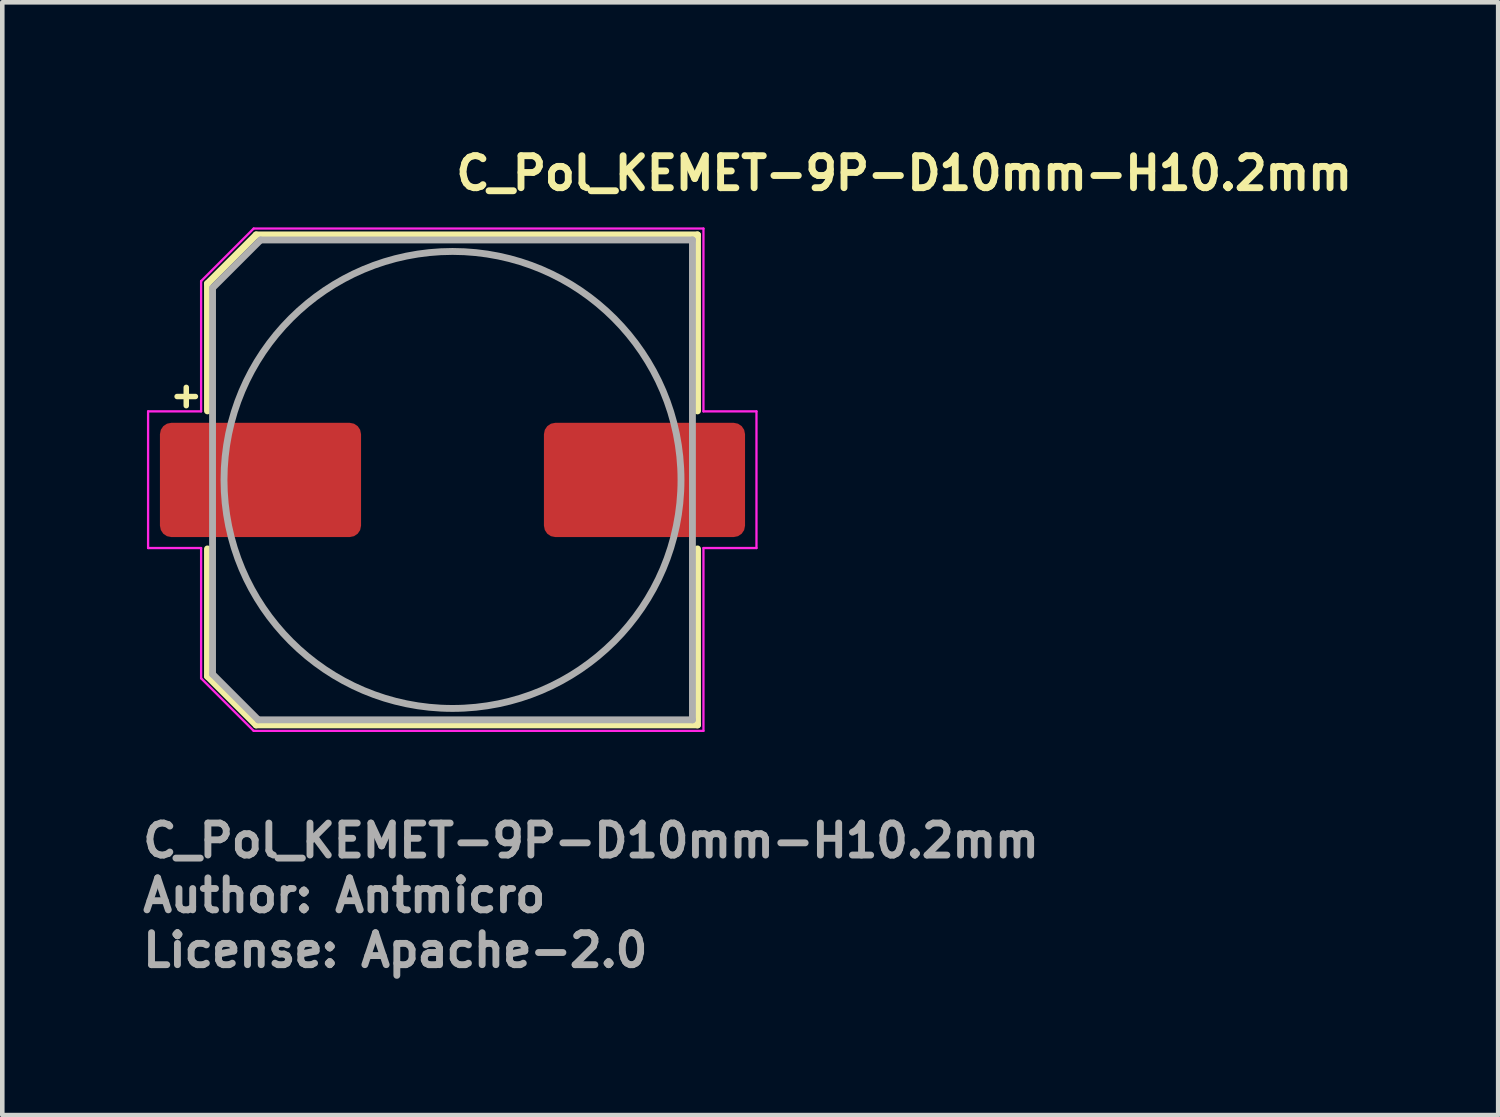
<source format=kicad_pcb>
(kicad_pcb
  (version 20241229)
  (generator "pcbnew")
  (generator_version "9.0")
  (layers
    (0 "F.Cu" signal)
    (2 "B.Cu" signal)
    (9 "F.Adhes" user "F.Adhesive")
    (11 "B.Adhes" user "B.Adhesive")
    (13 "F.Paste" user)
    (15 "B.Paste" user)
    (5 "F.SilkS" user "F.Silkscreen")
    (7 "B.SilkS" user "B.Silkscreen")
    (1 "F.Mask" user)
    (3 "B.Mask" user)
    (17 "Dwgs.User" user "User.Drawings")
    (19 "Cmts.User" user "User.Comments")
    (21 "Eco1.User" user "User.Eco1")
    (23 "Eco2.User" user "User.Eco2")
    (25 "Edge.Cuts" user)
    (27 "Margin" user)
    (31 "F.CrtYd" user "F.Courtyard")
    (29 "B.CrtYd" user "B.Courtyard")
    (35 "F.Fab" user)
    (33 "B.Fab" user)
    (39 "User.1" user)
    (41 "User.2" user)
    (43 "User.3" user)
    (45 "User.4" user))
  (footprint "C_Pol_KEMET-9P-D10mm-H10.2mm"
    (layer "F.Cu")
    (at 6.85 7.45)
    (property "Reference" "C_Pol_KEMET-9P-D10mm-H10.2mm" (at 0 -6.3 0) (layer "F.SilkS") (effects (font (size 0.7 0.7) (thickness 0.15)) (justify left bottom)))
    (attr smd)
    (fp_line (start -6.025 -1.825) (end -5.625 -1.825) (stroke (width 0.12) (type solid)) (layer "F.SilkS"))
    (fp_line (start -5.825 -2.025) (end -5.825 -1.625) (stroke (width 0.12) (type solid)) (layer "F.SilkS"))
    (fp_line (start -5.361 -4.296) (end -5.361 -1.51) (stroke (width 0.15) (type solid)) (layer "F.SilkS"))
    (fp_line (start -5.361 -4.296) (end -4.296 -5.361) (stroke (width 0.15) (type solid)) (layer "F.SilkS"))
    (fp_line (start -5.361 4.295) (end -5.361 1.509) (stroke (width 0.15) (type solid)) (layer "F.SilkS"))
    (fp_line (start -5.361 4.295) (end -4.296 5.36) (stroke (width 0.15) (type solid)) (layer "F.SilkS"))
    (fp_line (start -4.296 -5.361) (end 5.36 -5.361) (stroke (width 0.15) (type solid)) (layer "F.SilkS"))
    (fp_line (start -4.296 5.36) (end 5.36 5.36) (stroke (width 0.15) (type solid)) (layer "F.SilkS"))
    (fp_line (start 5.36 -5.361) (end 5.36 -1.51) (stroke (width 0.15) (type solid)) (layer "F.SilkS"))
    (fp_line (start 5.36 5.36) (end 5.36 1.509) (stroke (width 0.15) (type solid)) (layer "F.SilkS"))
    (fp_line (start -6.66 -1.5) (end -6.66 1.49) (stroke (width 0.05) (type solid)) (layer "F.CrtYd"))
    (fp_line (start -6.66 1.49) (end -5.5 1.49) (stroke (width 0.05) (type solid)) (layer "F.CrtYd"))
    (fp_line (start -5.5 -4.35) (end -5.5 -1.5) (stroke (width 0.05) (type solid)) (layer "F.CrtYd"))
    (fp_line (start -5.5 -4.35) (end -4.35 -5.5) (stroke (width 0.05) (type solid)) (layer "F.CrtYd"))
    (fp_line (start -5.5 -1.5) (end -6.66 -1.5) (stroke (width 0.05) (type solid)) (layer "F.CrtYd"))
    (fp_line (start -5.5 1.49) (end -5.5 4.34) (stroke (width 0.05) (type solid)) (layer "F.CrtYd"))
    (fp_line (start -5.5 4.34) (end -4.35 5.49) (stroke (width 0.05) (type solid)) (layer "F.CrtYd"))
    (fp_line (start -4.35 -5.5) (end 5.49 -5.5) (stroke (width 0.05) (type solid)) (layer "F.CrtYd"))
    (fp_line (start -4.35 5.49) (end 5.49 5.49) (stroke (width 0.05) (type solid)) (layer "F.CrtYd"))
    (fp_line (start 5.49 -5.5) (end 5.49 -1.5) (stroke (width 0.05) (type solid)) (layer "F.CrtYd"))
    (fp_line (start 5.49 -1.5) (end 6.65 -1.5) (stroke (width 0.05) (type solid)) (layer "F.CrtYd"))
    (fp_line (start 5.49 1.49) (end 5.49 5.49) (stroke (width 0.05) (type solid)) (layer "F.CrtYd"))
    (fp_line (start 6.65 -1.5) (end 6.65 1.49) (stroke (width 0.05) (type solid)) (layer "F.CrtYd"))
    (fp_line (start 6.65 1.49) (end 5.49 1.49) (stroke (width 0.05) (type solid)) (layer "F.CrtYd"))
    (fp_line (start -5.25 -4.2) (end -5.25 4.249) (stroke (width 0.15) (type solid)) (layer "F.Fab"))
    (fp_line (start -5.25 -4.2) (end -4.2 -5.25) (stroke (width 0.15) (type solid)) (layer "F.Fab"))
    (fp_line (start -5.25 4.249) (end -4.25 5.249) (stroke (width 0.15) (type solid)) (layer "F.Fab"))
    (fp_line (start -4.25 5.249) (end 5.249 5.249) (stroke (width 0.15) (type solid)) (layer "F.Fab"))
    (fp_line (start -4.2 -5.25) (end 5.249 -5.25) (stroke (width 0.15) (type solid)) (layer "F.Fab"))
    (fp_line (start 5.249 -5.25) (end 5.249 5.249) (stroke (width 0.15) (type solid)) (layer "F.Fab"))
    (fp_circle (center 0 0) (end 4.999 0) (stroke (width 0.15) (type solid)) (fill no) (layer "F.Fab"))
    (fp_line (start -5.25 -4.2) (end -5.25 4.249) (stroke (width 0.15) (type solid)) (layer "User.5"))
    (fp_line (start -5.25 -4.2) (end -4.2 -5.25) (stroke (width 0.15) (type solid)) (layer "User.5"))
    (fp_line (start -5.25 4.249) (end -4.25 5.249) (stroke (width 0.15) (type solid)) (layer "User.5"))
    (fp_line (start -4.25 5.249) (end 5.249 5.249) (stroke (width 0.15) (type solid)) (layer "User.5"))
    (fp_line (start -4.2 -5.25) (end 5.249 -5.25) (stroke (width 0.15) (type solid)) (layer "User.5"))
    (fp_line (start 5.249 -5.25) (end 5.249 5.249) (stroke (width 0.15) (type solid)) (layer "User.5"))
    (fp_circle (center 0 0) (end 4.999 0) (stroke (width 0.15) (type solid)) (fill no) (layer "User.5"))
    (fp_line (start -6 -0.45) (end -6 0.45) (stroke (width 0.01) (type solid)) (layer "User.9"))
    (fp_line (start -6 0.45) (end -5.15 0.45) (stroke (width 0.01) (type solid)) (layer "User.9"))
    (fp_line (start -5.15 -4.15) (end -5.15 -0.719) (stroke (width 0.01) (type solid)) (layer "User.9"))
    (fp_line (start -5.15 -0.719) (end -5.15 0.719) (stroke (width 0.01) (type solid)) (layer "User.9"))
    (fp_line (start -5.15 -0.45) (end -6 -0.45) (stroke (width 0.01) (type solid)) (layer "User.9"))
    (fp_line (start -5.15 0.719) (end -5.15 4.15) (stroke (width 0.01) (type solid)) (layer "User.9"))
    (fp_line (start -5.15 4.15) (end -4.15 5.15) (stroke (width 0.01) (type solid)) (layer "User.9"))
    (fp_line (start -5 0) (end 5 0) (stroke (width 0.02) (type default)) (layer "User.9"))
    (fp_line (start -4.15 -5.15) (end -5.15 -4.15) (stroke (width 0.01) (type solid)) (layer "User.9"))
    (fp_line (start -0.719 -5.15) (end -4.15 -5.15) (stroke (width 0.01) (type solid)) (layer "User.9"))
    (fp_line (start -0.719 5.15) (end -4.15 5.15) (stroke (width 0.01) (type solid)) (layer "User.9"))
    (fp_line (start -0.719 5.15) (end 0.719 5.15) (stroke (width 0.01) (type solid)) (layer "User.9"))
    (fp_line (start -0.000445 -5) (end 0.181 -4.997) (stroke (width 0.01) (type solid)) (layer "User.9"))
    (fp_line (start 0.052 -5) (end 0.343 -4.988) (stroke (width 0.01) (type solid)) (layer "User.9"))
    (fp_line (start 0.719 -5.15) (end -0.719 -5.15) (stroke (width 0.01) (type solid)) (layer "User.9"))
    (fp_line (start 0.719 5.15) (end 4.75 5.15) (stroke (width 0.01) (type solid)) (layer "User.9"))
    (fp_line (start 4.75 -5.15) (end 0.719 -5.15) (stroke (width 0.01) (type solid)) (layer "User.9"))
    (fp_line (start 4.77 5.15) (end 4.75 5.15) (stroke (width 0.01) (type solid)) (layer "User.9"))
    (fp_line (start 4.79 5.148) (end 4.77 5.15) (stroke (width 0.01) (type solid)) (layer "User.9"))
    (fp_line (start 4.809 5.146) (end 4.79 5.148) (stroke (width 0.01) (type solid)) (layer "User.9"))
    (fp_line (start 4.828 5.142) (end 4.809 5.146) (stroke (width 0.01) (type solid)) (layer "User.9"))
    (fp_line (start 4.848 5.138) (end 4.828 5.142) (stroke (width 0.01) (type solid)) (layer "User.9"))
    (fp_line (start 4.866 5.133) (end 4.848 5.138) (stroke (width 0.01) (type solid)) (layer "User.9"))
    (fp_line (start 4.885 5.127) (end 4.866 5.133) (stroke (width 0.01) (type solid)) (layer "User.9"))
    (fp_line (start 4.903 5.12) (end 4.885 5.127) (stroke (width 0.01) (type solid)) (layer "User.9"))
    (fp_line (start 4.921 5.112) (end 4.903 5.12) (stroke (width 0.01) (type solid)) (layer "User.9"))
    (fp_line (start 4.938 5.103) (end 4.921 5.112) (stroke (width 0.01) (type solid)) (layer "User.9"))
    (fp_line (start 4.955 5.093) (end 4.938 5.103) (stroke (width 0.01) (type solid)) (layer "User.9"))
    (fp_line (start 4.972 5.083) (end 4.955 5.093) (stroke (width 0.01) (type solid)) (layer "User.9"))
    (fp_line (start 4.988 5.072) (end 4.972 5.083) (stroke (width 0.01) (type solid)) (layer "User.9"))
    (fp_line (start 5.004 5.059) (end 4.988 5.072) (stroke (width 0.01) (type solid)) (layer "User.9"))
    (fp_line (start 5.018 5.047) (end 5.004 5.059) (stroke (width 0.01) (type solid)) (layer "User.9"))
    (fp_line (start 5.033 5.033) (end 5.018 5.047) (stroke (width 0.01) (type solid)) (layer "User.9"))
    (fp_line (start 5.033 5.033) (end 5.033 5.033) (stroke (width 0.01) (type solid)) (layer "User.9"))
    (fp_line (start 5.047 5.018) (end 5.033 5.033) (stroke (width 0.01) (type solid)) (layer "User.9"))
    (fp_line (start 5.059 5.004) (end 5.047 5.018) (stroke (width 0.01) (type solid)) (layer "User.9"))
    (fp_line (start 5.072 4.988) (end 5.059 5.004) (stroke (width 0.01) (type solid)) (layer "User.9"))
    (fp_line (start 5.083 4.972) (end 5.072 4.988) (stroke (width 0.01) (type solid)) (layer "User.9"))
    (fp_line (start 5.093 4.955) (end 5.083 4.972) (stroke (width 0.01) (type solid)) (layer "User.9"))
    (fp_line (start 5.103 4.938) (end 5.093 4.955) (stroke (width 0.01) (type solid)) (layer "User.9"))
    (fp_line (start 5.112 4.921) (end 5.103 4.938) (stroke (width 0.01) (type solid)) (layer "User.9"))
    (fp_line (start 5.12 4.903) (end 5.112 4.921) (stroke (width 0.01) (type solid)) (layer "User.9"))
    (fp_line (start 5.127 4.885) (end 5.12 4.903) (stroke (width 0.01) (type solid)) (layer "User.9"))
    (fp_line (start 5.133 4.866) (end 5.127 4.885) (stroke (width 0.01) (type solid)) (layer "User.9"))
    (fp_line (start 5.138 4.848) (end 5.133 4.866) (stroke (width 0.01) (type solid)) (layer "User.9"))
    (fp_line (start 5.142 4.828) (end 5.138 4.848) (stroke (width 0.01) (type solid)) (layer "User.9"))
    (fp_line (start 5.146 4.809) (end 5.142 4.828) (stroke (width 0.01) (type solid)) (layer "User.9"))
    (fp_line (start 5.148 4.79) (end 5.146 4.809) (stroke (width 0.01) (type solid)) (layer "User.9"))
    (fp_line (start 5.15 4.77) (end 5.148 4.79) (stroke (width 0.01) (type solid)) (layer "User.9"))
    (fp_line (start 5.15 -0.719) (end 5.15 -4.75) (stroke (width 0.01) (type solid)) (layer "User.9"))
    (fp_line (start 5.15 0.45) (end 6 0.45) (stroke (width 0.01) (type solid)) (layer "User.9"))
    (fp_line (start 5.15 0.719) (end 5.15 -0.719) (stroke (width 0.01) (type solid)) (layer "User.9"))
    (fp_line (start 5.15 4.75) (end 5.15 4.77) (stroke (width 0.01) (type solid)) (layer "User.9"))
    (fp_line (start 5.15 4.75) (end 5.15 0.719) (stroke (width 0.01) (type solid)) (layer "User.9"))
    (fp_line (start 6 -0.45) (end 5.15 -0.45) (stroke (width 0.01) (type solid)) (layer "User.9"))
    (fp_line (start 6 0.45) (end 6 -0.45) (stroke (width 0.01) (type solid)) (layer "User.9"))
    (fp_arc (start -5.15 -0.719377) (mid -3.676955 -3.676956) (end -0.719375 -5.15) (stroke (width 0.009999) (type default)) (layer "User.9"))
    (fp_arc (start -0.719375 5.15) (mid -3.676955 3.676955) (end -5.15 0.719375) (stroke (width 0.009999) (type default)) (layer "User.9"))
    (fp_arc (start 0.719377 -5.15) (mid 3.676956 -3.676955) (end 5.15 -0.719375) (stroke (width 0.009999) (type default)) (layer "User.9"))
    (fp_arc (start 4.75 -5.15) (mid 5.032843 -5.032843) (end 5.15 -4.75) (stroke (width 0.009999) (type default)) (layer "User.9"))
    (fp_arc (start 5.15 4.75) (mid 5.032843 5.032843) (end 4.75 5.15) (stroke (width 0.009999) (type default)) (layer "User.9"))
    (fp_arc (start 5.150001 0.719375) (mid 3.676956 3.676956) (end 0.719375 5.150001) (stroke (width 0.009999) (type default)) (layer "User.9"))
    (fp_circle (center 0 0) (end 4.999 0) (stroke (width 0.01) (type default)) (fill no) (layer "User.9"))
    (fp_text user "License: Apache-2.0" (at -6.85 10.699 0) (layer "F.Fab") (effects (font (size 0.7 0.7) (thickness 0.15)) (justify left bottom)))
    (fp_text user "Author: Antmicro" (at -6.85 9.499 0) (layer "F.Fab") (effects (font (size 0.7 0.7) (thickness 0.15)) (justify left bottom)))
    (fp_text user "${REFERENCE}" (at -6.85 8.3 0) (layer "F.Fab") (effects (font (size 0.7 0.7) (thickness 0.15)) (justify left bottom)))
    (pad "1" smd roundrect (at -4.201 0) (size 4.4 2.5) (layers "F.Cu" "F.Mask" "F.Paste") (roundrect_rratio 0.1))
    (pad "2" smd roundrect (at 4.2 0) (size 4.4 2.5) (layers "F.Cu" "F.Mask" "F.Paste") (roundrect_rratio 0.1)))
  (gr_rect
    (start -3 -3)
    (end 29.727 21.345)
    (stroke (width 0.1) (type default))
    (fill no)
    (layer "Edge.Cuts")))
</source>
